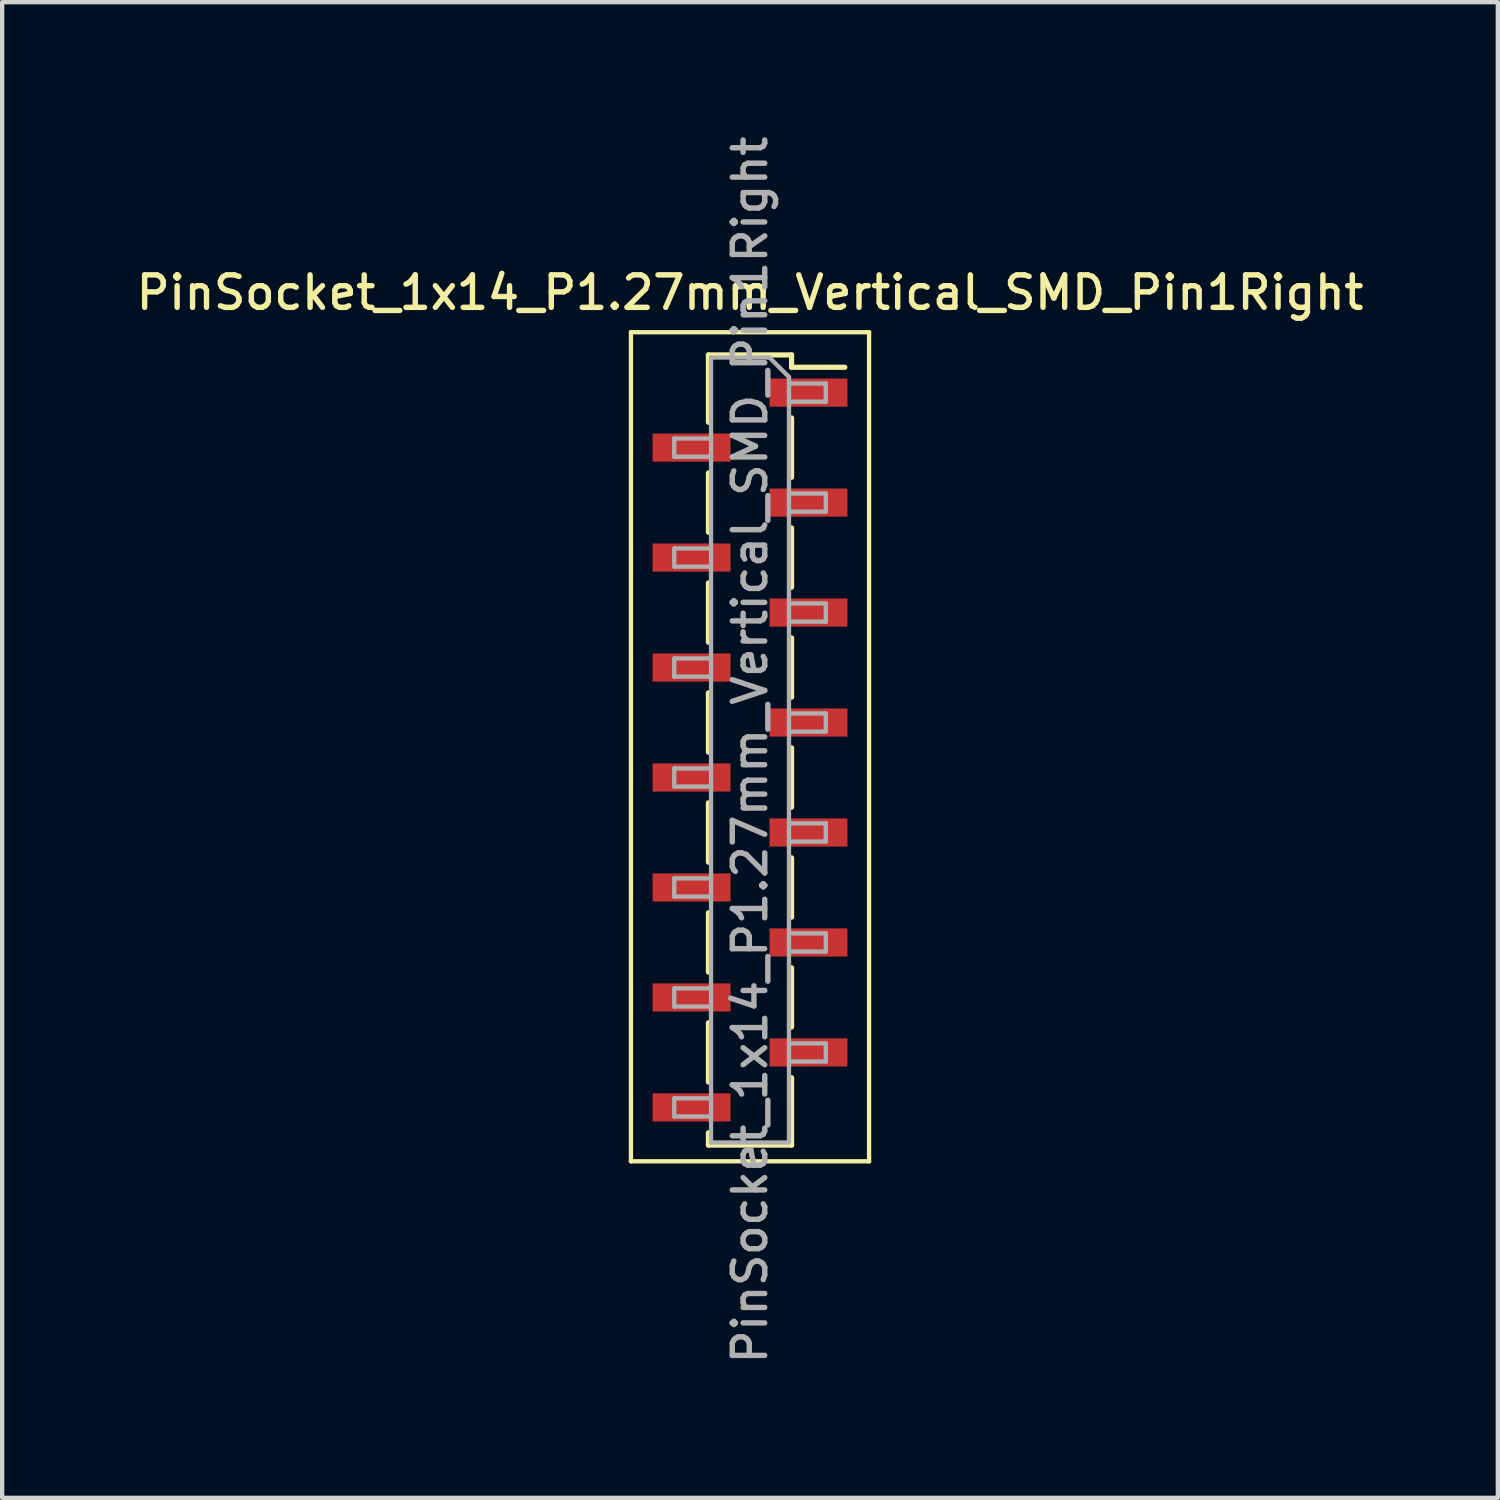
<source format=kicad_pcb>
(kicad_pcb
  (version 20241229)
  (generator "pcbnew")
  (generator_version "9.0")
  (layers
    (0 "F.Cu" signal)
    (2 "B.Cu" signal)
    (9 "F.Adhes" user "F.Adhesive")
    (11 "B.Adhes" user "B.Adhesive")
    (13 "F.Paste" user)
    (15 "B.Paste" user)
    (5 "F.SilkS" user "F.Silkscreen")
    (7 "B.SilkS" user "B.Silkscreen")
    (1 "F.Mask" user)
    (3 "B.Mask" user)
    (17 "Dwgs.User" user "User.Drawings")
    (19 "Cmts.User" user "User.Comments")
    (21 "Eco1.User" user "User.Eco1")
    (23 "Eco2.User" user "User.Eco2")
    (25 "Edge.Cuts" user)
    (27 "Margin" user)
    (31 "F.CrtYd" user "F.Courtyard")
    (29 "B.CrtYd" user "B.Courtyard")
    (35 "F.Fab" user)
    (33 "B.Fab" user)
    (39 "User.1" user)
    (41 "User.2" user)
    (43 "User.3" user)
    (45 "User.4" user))
  (footprint "PinSocket_1x14_P1.27mm_Vertical_SMD_Pin1Right"
    (layer "F.Cu")
    (at 14.273 14.273)
    (property "Reference" "PinSocket_1x14_P1.27mm_Vertical_SMD_Pin1Right" (at 0 -10.565 0) (layer "F.SilkS") (effects (font (size 0.75 0.75) (thickness 0.125))))
    (attr smd)
    (fp_line (start -2.75 -9.65) (end 2.75 -9.65) (stroke (width 0.1) (type solid)) (layer "F.SilkS"))
    (fp_line (start -2.75 9.5) (end -2.75 -9.65) (stroke (width 0.1) (type solid)) (layer "F.SilkS"))
    (fp_line (start -0.96 -9.125) (end -0.96 -7.57) (stroke (width 0.12) (type solid)) (layer "F.SilkS"))
    (fp_line (start -0.96 -9.125) (end 0.96 -9.125) (stroke (width 0.12) (type solid)) (layer "F.SilkS"))
    (fp_line (start -0.96 -6.4) (end -0.96 -5.03) (stroke (width 0.12) (type solid)) (layer "F.SilkS"))
    (fp_line (start -0.96 -3.86) (end -0.96 -2.49) (stroke (width 0.12) (type solid)) (layer "F.SilkS"))
    (fp_line (start -0.96 -1.32) (end -0.96 0.05) (stroke (width 0.12) (type solid)) (layer "F.SilkS"))
    (fp_line (start -0.96 1.22) (end -0.96 2.59) (stroke (width 0.12) (type solid)) (layer "F.SilkS"))
    (fp_line (start -0.96 3.76) (end -0.96 5.13) (stroke (width 0.12) (type solid)) (layer "F.SilkS"))
    (fp_line (start -0.96 6.3) (end -0.96 7.67) (stroke (width 0.12) (type solid)) (layer "F.SilkS"))
    (fp_line (start -0.96 8.84) (end -0.96 9.125) (stroke (width 0.12) (type solid)) (layer "F.SilkS"))
    (fp_line (start -0.96 9.125) (end 0.96 9.125) (stroke (width 0.12) (type solid)) (layer "F.SilkS"))
    (fp_line (start 0.96 -9.125) (end 0.96 -8.84) (stroke (width 0.12) (type solid)) (layer "F.SilkS"))
    (fp_line (start 0.96 -8.84) (end 2.19 -8.84) (stroke (width 0.12) (type solid)) (layer "F.SilkS"))
    (fp_line (start 0.96 -7.67) (end 0.96 -6.3) (stroke (width 0.12) (type solid)) (layer "F.SilkS"))
    (fp_line (start 0.96 -5.13) (end 0.96 -3.76) (stroke (width 0.12) (type solid)) (layer "F.SilkS"))
    (fp_line (start 0.96 -2.59) (end 0.96 -1.22) (stroke (width 0.12) (type solid)) (layer "F.SilkS"))
    (fp_line (start 0.96 -0.05) (end 0.96 1.32) (stroke (width 0.12) (type solid)) (layer "F.SilkS"))
    (fp_line (start 0.96 2.49) (end 0.96 3.86) (stroke (width 0.12) (type solid)) (layer "F.SilkS"))
    (fp_line (start 0.96 5.03) (end 0.96 6.4) (stroke (width 0.12) (type solid)) (layer "F.SilkS"))
    (fp_line (start 0.96 7.57) (end 0.96 9.125) (stroke (width 0.12) (type solid)) (layer "F.SilkS"))
    (fp_line (start 2.75 -9.65) (end 2.75 9.5) (stroke (width 0.1) (type solid)) (layer "F.SilkS"))
    (fp_line (start 2.75 9.5) (end -2.75 9.5) (stroke (width 0.1) (type solid)) (layer "F.SilkS"))
    (fp_line (start -1.75 -7.195) (end -0.9 -7.195) (stroke (width 0.1) (type solid)) (layer "F.Fab"))
    (fp_line (start -1.75 -6.775) (end -1.75 -7.195) (stroke (width 0.1) (type solid)) (layer "F.Fab"))
    (fp_line (start -1.75 -4.655) (end -0.9 -4.655) (stroke (width 0.1) (type solid)) (layer "F.Fab"))
    (fp_line (start -1.75 -4.235) (end -1.75 -4.655) (stroke (width 0.1) (type solid)) (layer "F.Fab"))
    (fp_line (start -1.75 -2.115) (end -0.9 -2.115) (stroke (width 0.1) (type solid)) (layer "F.Fab"))
    (fp_line (start -1.75 -1.695) (end -1.75 -2.115) (stroke (width 0.1) (type solid)) (layer "F.Fab"))
    (fp_line (start -1.75 0.425) (end -0.9 0.425) (stroke (width 0.1) (type solid)) (layer "F.Fab"))
    (fp_line (start -1.75 0.845) (end -1.75 0.425) (stroke (width 0.1) (type solid)) (layer "F.Fab"))
    (fp_line (start -1.75 2.965) (end -0.9 2.965) (stroke (width 0.1) (type solid)) (layer "F.Fab"))
    (fp_line (start -1.75 3.385) (end -1.75 2.965) (stroke (width 0.1) (type solid)) (layer "F.Fab"))
    (fp_line (start -1.75 5.505) (end -0.9 5.505) (stroke (width 0.1) (type solid)) (layer "F.Fab"))
    (fp_line (start -1.75 5.925) (end -1.75 5.505) (stroke (width 0.1) (type solid)) (layer "F.Fab"))
    (fp_line (start -1.75 8.045) (end -0.9 8.045) (stroke (width 0.1) (type solid)) (layer "F.Fab"))
    (fp_line (start -1.75 8.465) (end -1.75 8.045) (stroke (width 0.1) (type solid)) (layer "F.Fab"))
    (fp_line (start -0.9 -9.065) (end 0.45 -9.065) (stroke (width 0.1) (type solid)) (layer "F.Fab"))
    (fp_line (start -0.9 -6.775) (end -1.75 -6.775) (stroke (width 0.1) (type solid)) (layer "F.Fab"))
    (fp_line (start -0.9 -4.235) (end -1.75 -4.235) (stroke (width 0.1) (type solid)) (layer "F.Fab"))
    (fp_line (start -0.9 -1.695) (end -1.75 -1.695) (stroke (width 0.1) (type solid)) (layer "F.Fab"))
    (fp_line (start -0.9 0.845) (end -1.75 0.845) (stroke (width 0.1) (type solid)) (layer "F.Fab"))
    (fp_line (start -0.9 3.385) (end -1.75 3.385) (stroke (width 0.1) (type solid)) (layer "F.Fab"))
    (fp_line (start -0.9 5.925) (end -1.75 5.925) (stroke (width 0.1) (type solid)) (layer "F.Fab"))
    (fp_line (start -0.9 8.465) (end -1.75 8.465) (stroke (width 0.1) (type solid)) (layer "F.Fab"))
    (fp_line (start -0.9 9.065) (end -0.9 -9.065) (stroke (width 0.1) (type solid)) (layer "F.Fab"))
    (fp_line (start 0.45 -9.065) (end 0.9 -8.615) (stroke (width 0.1) (type solid)) (layer "F.Fab"))
    (fp_line (start 0.9 -8.615) (end 0.9 9.065) (stroke (width 0.1) (type solid)) (layer "F.Fab"))
    (fp_line (start 0.9 -8.465) (end 1.75 -8.465) (stroke (width 0.1) (type solid)) (layer "F.Fab"))
    (fp_line (start 0.9 -5.925) (end 1.75 -5.925) (stroke (width 0.1) (type solid)) (layer "F.Fab"))
    (fp_line (start 0.9 -3.385) (end 1.75 -3.385) (stroke (width 0.1) (type solid)) (layer "F.Fab"))
    (fp_line (start 0.9 -0.845) (end 1.75 -0.845) (stroke (width 0.1) (type solid)) (layer "F.Fab"))
    (fp_line (start 0.9 1.695) (end 1.75 1.695) (stroke (width 0.1) (type solid)) (layer "F.Fab"))
    (fp_line (start 0.9 4.235) (end 1.75 4.235) (stroke (width 0.1) (type solid)) (layer "F.Fab"))
    (fp_line (start 0.9 6.775) (end 1.75 6.775) (stroke (width 0.1) (type solid)) (layer "F.Fab"))
    (fp_line (start 0.9 9.065) (end -0.9 9.065) (stroke (width 0.1) (type solid)) (layer "F.Fab"))
    (fp_line (start 1.75 -8.465) (end 1.75 -8.045) (stroke (width 0.1) (type solid)) (layer "F.Fab"))
    (fp_line (start 1.75 -8.045) (end 0.9 -8.045) (stroke (width 0.1) (type solid)) (layer "F.Fab"))
    (fp_line (start 1.75 -5.925) (end 1.75 -5.505) (stroke (width 0.1) (type solid)) (layer "F.Fab"))
    (fp_line (start 1.75 -5.505) (end 0.9 -5.505) (stroke (width 0.1) (type solid)) (layer "F.Fab"))
    (fp_line (start 1.75 -3.385) (end 1.75 -2.965) (stroke (width 0.1) (type solid)) (layer "F.Fab"))
    (fp_line (start 1.75 -2.965) (end 0.9 -2.965) (stroke (width 0.1) (type solid)) (layer "F.Fab"))
    (fp_line (start 1.75 -0.845) (end 1.75 -0.425) (stroke (width 0.1) (type solid)) (layer "F.Fab"))
    (fp_line (start 1.75 -0.425) (end 0.9 -0.425) (stroke (width 0.1) (type solid)) (layer "F.Fab"))
    (fp_line (start 1.75 1.695) (end 1.75 2.115) (stroke (width 0.1) (type solid)) (layer "F.Fab"))
    (fp_line (start 1.75 2.115) (end 0.9 2.115) (stroke (width 0.1) (type solid)) (layer "F.Fab"))
    (fp_line (start 1.75 4.235) (end 1.75 4.655) (stroke (width 0.1) (type solid)) (layer "F.Fab"))
    (fp_line (start 1.75 4.655) (end 0.9 4.655) (stroke (width 0.1) (type solid)) (layer "F.Fab"))
    (fp_line (start 1.75 6.775) (end 1.75 7.195) (stroke (width 0.1) (type solid)) (layer "F.Fab"))
    (fp_line (start 1.75 7.195) (end 0.9 7.195) (stroke (width 0.1) (type solid)) (layer "F.Fab"))
    (fp_text user "${REFERENCE}" (at 0 0 90) (layer "F.Fab") (effects (font (size 0.75 0.75) (thickness 0.125))))
    (pad "1" smd rect (at 1.35 -8.255) (size 1.8 0.65) (layers "F.Cu" "F.Mask" "F.Paste"))
    (pad "2" smd rect (at -1.35 -6.985) (size 1.8 0.65) (layers "F.Cu" "F.Mask" "F.Paste"))
    (pad "3" smd rect (at 1.35 -5.715) (size 1.8 0.65) (layers "F.Cu" "F.Mask" "F.Paste"))
    (pad "4" smd rect (at -1.35 -4.445) (size 1.8 0.65) (layers "F.Cu" "F.Mask" "F.Paste"))
    (pad "5" smd rect (at 1.35 -3.175) (size 1.8 0.65) (layers "F.Cu" "F.Mask" "F.Paste"))
    (pad "6" smd rect (at -1.35 -1.905) (size 1.8 0.65) (layers "F.Cu" "F.Mask" "F.Paste"))
    (pad "7" smd rect (at 1.35 -0.635) (size 1.8 0.65) (layers "F.Cu" "F.Mask" "F.Paste"))
    (pad "8" smd rect (at -1.35 0.635) (size 1.8 0.65) (layers "F.Cu" "F.Mask" "F.Paste"))
    (pad "9" smd rect (at 1.35 1.905) (size 1.8 0.65) (layers "F.Cu" "F.Mask" "F.Paste"))
    (pad "10" smd rect (at -1.35 3.175) (size 1.8 0.65) (layers "F.Cu" "F.Mask" "F.Paste"))
    (pad "11" smd rect (at 1.35 4.445) (size 1.8 0.65) (layers "F.Cu" "F.Mask" "F.Paste"))
    (pad "12" smd rect (at -1.35 5.715) (size 1.8 0.65) (layers "F.Cu" "F.Mask" "F.Paste"))
    (pad "13" smd rect (at 1.35 6.985) (size 1.8 0.65) (layers "F.Cu" "F.Mask" "F.Paste"))
    (pad "14" smd rect (at -1.35 8.255) (size 1.8 0.65) (layers "F.Cu" "F.Mask" "F.Paste")))
  (gr_rect
    (start -3 -3)
    (end 31.546 31.546)
    (stroke (width 0.1) (type default))
    (fill no)
    (layer "Edge.Cuts")))
</source>
